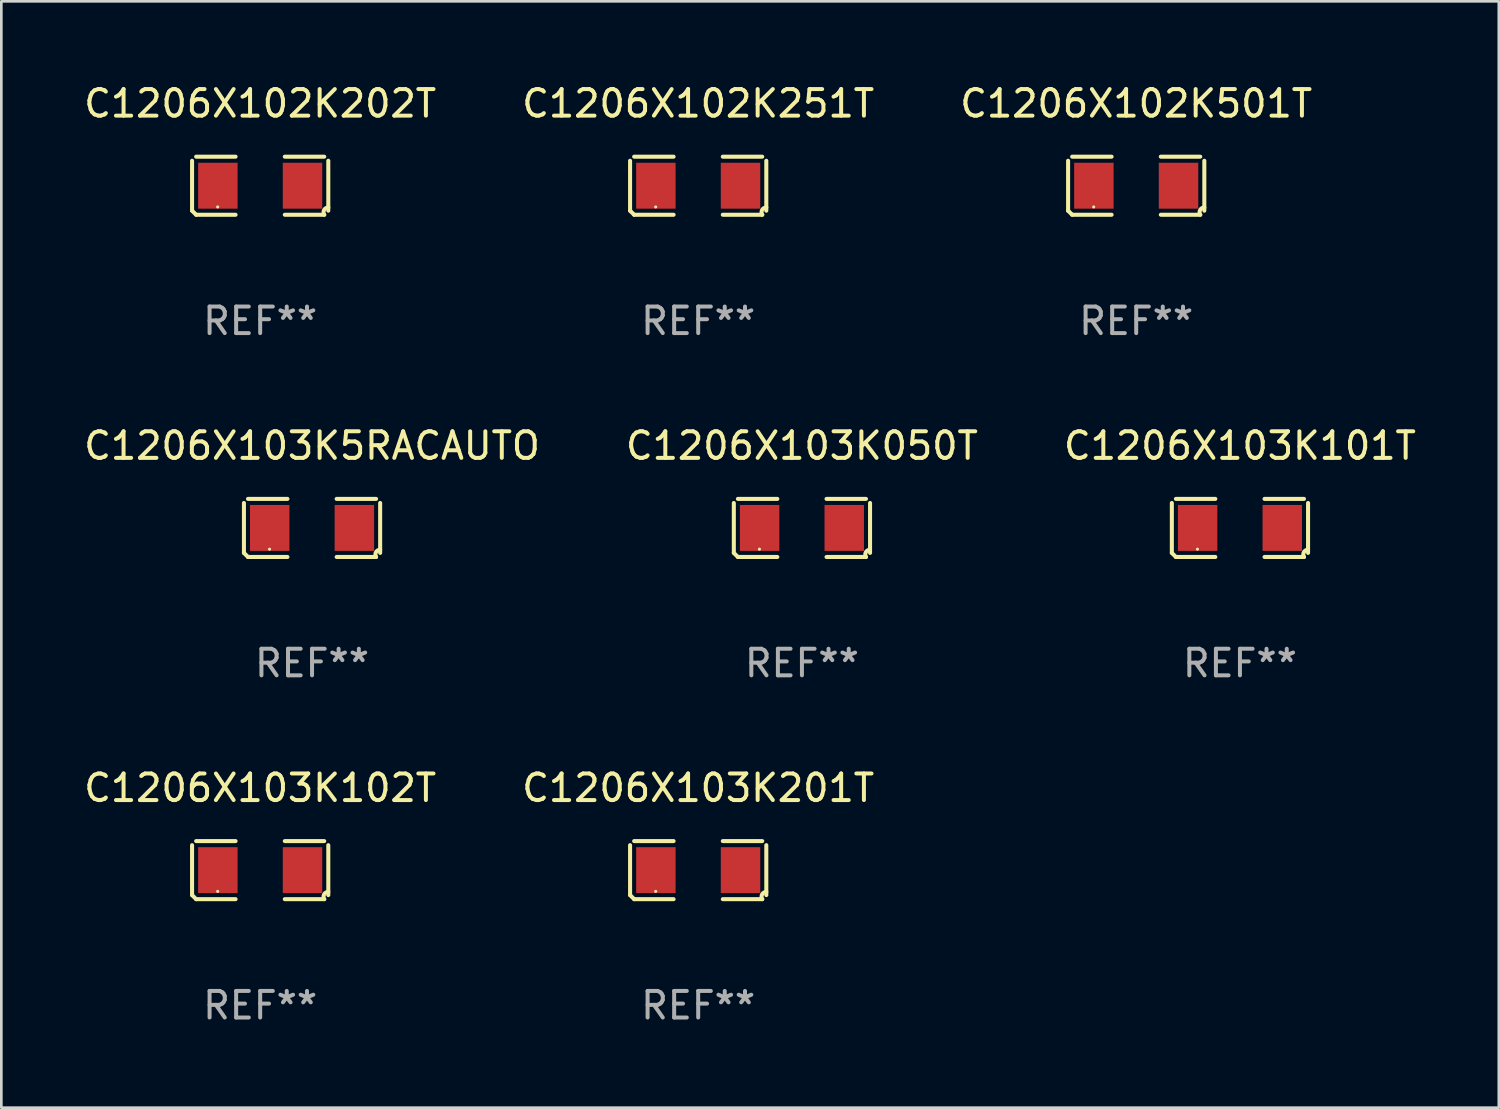
<source format=kicad_pcb>
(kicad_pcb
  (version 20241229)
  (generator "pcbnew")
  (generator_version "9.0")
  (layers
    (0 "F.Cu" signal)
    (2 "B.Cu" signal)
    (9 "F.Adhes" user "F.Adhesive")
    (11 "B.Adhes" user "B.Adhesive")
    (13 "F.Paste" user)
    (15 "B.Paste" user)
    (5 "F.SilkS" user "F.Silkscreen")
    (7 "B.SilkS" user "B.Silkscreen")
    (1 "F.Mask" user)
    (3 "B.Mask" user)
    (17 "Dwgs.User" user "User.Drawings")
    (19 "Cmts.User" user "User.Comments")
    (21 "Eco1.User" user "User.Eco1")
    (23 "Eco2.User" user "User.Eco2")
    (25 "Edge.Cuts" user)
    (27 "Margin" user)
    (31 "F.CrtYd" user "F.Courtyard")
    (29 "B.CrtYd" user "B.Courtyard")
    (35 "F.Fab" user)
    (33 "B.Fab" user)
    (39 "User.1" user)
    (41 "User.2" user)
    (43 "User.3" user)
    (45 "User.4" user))
  (footprint "C1206X103K5RACAUTO"
    (layer "F.Cu")
    (at 8.696 16.823)
    (property "Reference" "C1206X103K5RACAUTO" (at 0 -3.093 0) (layer "F.SilkS") (effects (font (size 1 1) (thickness 0.15))))
    (attr through_hole)
    (fp_line (start -2.564 0.94) (end -2.564 -0.94) (stroke (width 0.152) (type solid)) (layer "F.SilkS"))
    (fp_line (start -2.411 -1.093) (end -0.926 -1.093) (stroke (width 0.152) (type solid)) (layer "F.SilkS"))
    (fp_line (start -0.926 1.093) (end -2.411 1.093) (stroke (width 0.152) (type solid)) (layer "F.SilkS"))
    (fp_line (start 0.926 1.093) (end 2.411 1.093) (stroke (width 0.152) (type solid)) (layer "F.SilkS"))
    (fp_line (start 2.411 -1.093) (end 0.926 -1.093) (stroke (width 0.152) (type solid)) (layer "F.SilkS"))
    (fp_line (start 2.564 0.94) (end 2.564 -0.94) (stroke (width 0.152) (type solid)) (layer "F.SilkS"))
    (fp_arc (start -2.411201 1.092609) (mid -2.487413 1.01642) (end -2.563602 0.940208) (stroke (width 0.1524) (type solid)) (layer "F.SilkS"))
    (fp_arc (start 2.411201 1.092609) (mid 2.407159 0.911226) (end 2.563602 0.819347) (stroke (width 0.1524) (type solid)) (layer "F.SilkS"))
    (fp_circle (center -1.6 0.8) (end -1.57 0.8) (stroke (width 0.06) (type solid)) (fill no) (layer "F.SilkS"))
    (fp_text user "REF**" (at 0 5.093 0) (layer "F.Fab") (effects (font (size 1 1) (thickness 0.15))))
    (pad "1" smd rect (at -1.593 0) (size 1.485 1.728) (layers "F.Cu" "F.Mask" "F.Paste"))
    (pad "2" smd rect (at 1.593 0) (size 1.485 1.728) (layers "F.Cu" "F.Mask" "F.Paste")))
  (footprint "C1206X103K050T"
    (layer "F.Cu")
    (at 27.137 16.823)
    (property "Reference" "C1206X103K050T" (at 0 -3.093 0) (layer "F.SilkS") (effects (font (size 1 1) (thickness 0.15))))
    (attr through_hole)
    (fp_line (start -2.564 0.94) (end -2.564 -0.94) (stroke (width 0.152) (type solid)) (layer "F.SilkS"))
    (fp_line (start -2.411 -1.093) (end -0.926 -1.093) (stroke (width 0.152) (type solid)) (layer "F.SilkS"))
    (fp_line (start -0.926 1.093) (end -2.411 1.093) (stroke (width 0.152) (type solid)) (layer "F.SilkS"))
    (fp_line (start 0.926 1.093) (end 2.411 1.093) (stroke (width 0.152) (type solid)) (layer "F.SilkS"))
    (fp_line (start 2.411 -1.093) (end 0.926 -1.093) (stroke (width 0.152) (type solid)) (layer "F.SilkS"))
    (fp_line (start 2.564 0.94) (end 2.564 -0.94) (stroke (width 0.152) (type solid)) (layer "F.SilkS"))
    (fp_arc (start -2.411201 1.092609) (mid -2.487413 1.01642) (end -2.563602 0.940208) (stroke (width 0.1524) (type solid)) (layer "F.SilkS"))
    (fp_arc (start 2.411201 1.092609) (mid 2.407159 0.911226) (end 2.563602 0.819347) (stroke (width 0.1524) (type solid)) (layer "F.SilkS"))
    (fp_circle (center -1.6 0.8) (end -1.57 0.8) (stroke (width 0.06) (type solid)) (fill no) (layer "F.SilkS"))
    (fp_text user "REF**" (at 0 5.093 0) (layer "F.Fab") (effects (font (size 1 1) (thickness 0.15))))
    (pad "1" smd rect (at -1.593 0) (size 1.485 1.728) (layers "F.Cu" "F.Mask" "F.Paste"))
    (pad "2" smd rect (at 1.593 0) (size 1.485 1.728) (layers "F.Cu" "F.Mask" "F.Paste")))
  (footprint "C1206X102K251T"
    (layer "F.Cu")
    (at 23.232 3.941)
    (property "Reference" "C1206X102K251T" (at 0 -3.093 0) (layer "F.SilkS") (effects (font (size 1 1) (thickness 0.15))))
    (attr through_hole)
    (fp_line (start -2.564 0.94) (end -2.564 -0.94) (stroke (width 0.152) (type solid)) (layer "F.SilkS"))
    (fp_line (start -2.411 -1.093) (end -0.926 -1.093) (stroke (width 0.152) (type solid)) (layer "F.SilkS"))
    (fp_line (start -0.926 1.093) (end -2.411 1.093) (stroke (width 0.152) (type solid)) (layer "F.SilkS"))
    (fp_line (start 0.926 1.093) (end 2.411 1.093) (stroke (width 0.152) (type solid)) (layer "F.SilkS"))
    (fp_line (start 2.411 -1.093) (end 0.926 -1.093) (stroke (width 0.152) (type solid)) (layer "F.SilkS"))
    (fp_line (start 2.564 0.94) (end 2.564 -0.94) (stroke (width 0.152) (type solid)) (layer "F.SilkS"))
    (fp_arc (start -2.411201 1.092609) (mid -2.487413 1.01642) (end -2.563602 0.940208) (stroke (width 0.1524) (type solid)) (layer "F.SilkS"))
    (fp_arc (start 2.411201 1.092609) (mid 2.407159 0.911226) (end 2.563602 0.819347) (stroke (width 0.1524) (type solid)) (layer "F.SilkS"))
    (fp_circle (center -1.6 0.8) (end -1.57 0.8) (stroke (width 0.06) (type solid)) (fill no) (layer "F.SilkS"))
    (fp_text user "REF**" (at 0 5.093 0) (layer "F.Fab") (effects (font (size 1 1) (thickness 0.15))))
    (pad "1" smd rect (at -1.593 0) (size 1.485 1.728) (layers "F.Cu" "F.Mask" "F.Paste"))
    (pad "2" smd rect (at 1.593 0) (size 1.485 1.728) (layers "F.Cu" "F.Mask" "F.Paste")))
  (footprint "C1206X103K102T"
    (layer "F.Cu")
    (at 6.744 29.704)
    (property "Reference" "C1206X103K102T" (at 0 -3.093 0) (layer "F.SilkS") (effects (font (size 1 1) (thickness 0.15))))
    (attr through_hole)
    (fp_line (start -2.564 0.94) (end -2.564 -0.94) (stroke (width 0.152) (type solid)) (layer "F.SilkS"))
    (fp_line (start -2.411 -1.093) (end -0.926 -1.093) (stroke (width 0.152) (type solid)) (layer "F.SilkS"))
    (fp_line (start -0.926 1.093) (end -2.411 1.093) (stroke (width 0.152) (type solid)) (layer "F.SilkS"))
    (fp_line (start 0.926 1.093) (end 2.411 1.093) (stroke (width 0.152) (type solid)) (layer "F.SilkS"))
    (fp_line (start 2.411 -1.093) (end 0.926 -1.093) (stroke (width 0.152) (type solid)) (layer "F.SilkS"))
    (fp_line (start 2.564 0.94) (end 2.564 -0.94) (stroke (width 0.152) (type solid)) (layer "F.SilkS"))
    (fp_arc (start -2.411201 1.092609) (mid -2.487413 1.01642) (end -2.563602 0.940208) (stroke (width 0.1524) (type solid)) (layer "F.SilkS"))
    (fp_arc (start 2.411201 1.092609) (mid 2.407159 0.911226) (end 2.563602 0.819347) (stroke (width 0.1524) (type solid)) (layer "F.SilkS"))
    (fp_circle (center -1.6 0.8) (end -1.57 0.8) (stroke (width 0.06) (type solid)) (fill no) (layer "F.SilkS"))
    (fp_text user "REF**" (at 0 5.093 0) (layer "F.Fab") (effects (font (size 1 1) (thickness 0.15))))
    (pad "1" smd rect (at -1.593 0) (size 1.485 1.728) (layers "F.Cu" "F.Mask" "F.Paste"))
    (pad "2" smd rect (at 1.593 0) (size 1.485 1.728) (layers "F.Cu" "F.Mask" "F.Paste")))
  (footprint "C1206X103K201T"
    (layer "F.Cu")
    (at 23.232 29.704)
    (property "Reference" "C1206X103K201T" (at 0 -3.093 0) (layer "F.SilkS") (effects (font (size 1 1) (thickness 0.15))))
    (attr through_hole)
    (fp_line (start -2.564 0.94) (end -2.564 -0.94) (stroke (width 0.152) (type solid)) (layer "F.SilkS"))
    (fp_line (start -2.411 -1.093) (end -0.926 -1.093) (stroke (width 0.152) (type solid)) (layer "F.SilkS"))
    (fp_line (start -0.926 1.093) (end -2.411 1.093) (stroke (width 0.152) (type solid)) (layer "F.SilkS"))
    (fp_line (start 0.926 1.093) (end 2.411 1.093) (stroke (width 0.152) (type solid)) (layer "F.SilkS"))
    (fp_line (start 2.411 -1.093) (end 0.926 -1.093) (stroke (width 0.152) (type solid)) (layer "F.SilkS"))
    (fp_line (start 2.564 0.94) (end 2.564 -0.94) (stroke (width 0.152) (type solid)) (layer "F.SilkS"))
    (fp_arc (start -2.411201 1.092609) (mid -2.487413 1.01642) (end -2.563602 0.940208) (stroke (width 0.1524) (type solid)) (layer "F.SilkS"))
    (fp_arc (start 2.411201 1.092609) (mid 2.407159 0.911226) (end 2.563602 0.819347) (stroke (width 0.1524) (type solid)) (layer "F.SilkS"))
    (fp_circle (center -1.6 0.8) (end -1.57 0.8) (stroke (width 0.06) (type solid)) (fill no) (layer "F.SilkS"))
    (fp_text user "REF**" (at 0 5.093 0) (layer "F.Fab") (effects (font (size 1 1) (thickness 0.15))))
    (pad "1" smd rect (at -1.593 0) (size 1.485 1.728) (layers "F.Cu" "F.Mask" "F.Paste"))
    (pad "2" smd rect (at 1.593 0) (size 1.485 1.728) (layers "F.Cu" "F.Mask" "F.Paste")))
  (footprint "C1206X102K202T"
    (layer "F.Cu")
    (at 6.744 3.941)
    (property "Reference" "C1206X102K202T" (at 0 -3.093 0) (layer "F.SilkS") (effects (font (size 1 1) (thickness 0.15))))
    (attr through_hole)
    (fp_line (start -2.564 0.94) (end -2.564 -0.94) (stroke (width 0.152) (type solid)) (layer "F.SilkS"))
    (fp_line (start -2.411 -1.093) (end -0.926 -1.093) (stroke (width 0.152) (type solid)) (layer "F.SilkS"))
    (fp_line (start -0.926 1.093) (end -2.411 1.093) (stroke (width 0.152) (type solid)) (layer "F.SilkS"))
    (fp_line (start 0.926 1.093) (end 2.411 1.093) (stroke (width 0.152) (type solid)) (layer "F.SilkS"))
    (fp_line (start 2.411 -1.093) (end 0.926 -1.093) (stroke (width 0.152) (type solid)) (layer "F.SilkS"))
    (fp_line (start 2.564 0.94) (end 2.564 -0.94) (stroke (width 0.152) (type solid)) (layer "F.SilkS"))
    (fp_arc (start -2.411201 1.092609) (mid -2.487413 1.01642) (end -2.563602 0.940208) (stroke (width 0.1524) (type solid)) (layer "F.SilkS"))
    (fp_arc (start 2.411201 1.092609) (mid 2.407159 0.911226) (end 2.563602 0.819347) (stroke (width 0.1524) (type solid)) (layer "F.SilkS"))
    (fp_circle (center -1.6 0.8) (end -1.57 0.8) (stroke (width 0.06) (type solid)) (fill no) (layer "F.SilkS"))
    (fp_text user "REF**" (at 0 5.093 0) (layer "F.Fab") (effects (font (size 1 1) (thickness 0.15))))
    (pad "1" smd rect (at -1.593 0) (size 1.485 1.728) (layers "F.Cu" "F.Mask" "F.Paste"))
    (pad "2" smd rect (at 1.593 0) (size 1.485 1.728) (layers "F.Cu" "F.Mask" "F.Paste")))
  (footprint "C1206X102K501T"
    (layer "F.Cu")
    (at 39.72 3.941)
    (property "Reference" "C1206X102K501T" (at 0 -3.093 0) (layer "F.SilkS") (effects (font (size 1 1) (thickness 0.15))))
    (attr through_hole)
    (fp_line (start -2.564 0.94) (end -2.564 -0.94) (stroke (width 0.152) (type solid)) (layer "F.SilkS"))
    (fp_line (start -2.411 -1.093) (end -0.926 -1.093) (stroke (width 0.152) (type solid)) (layer "F.SilkS"))
    (fp_line (start -0.926 1.093) (end -2.411 1.093) (stroke (width 0.152) (type solid)) (layer "F.SilkS"))
    (fp_line (start 0.926 1.093) (end 2.411 1.093) (stroke (width 0.152) (type solid)) (layer "F.SilkS"))
    (fp_line (start 2.411 -1.093) (end 0.926 -1.093) (stroke (width 0.152) (type solid)) (layer "F.SilkS"))
    (fp_line (start 2.564 0.94) (end 2.564 -0.94) (stroke (width 0.152) (type solid)) (layer "F.SilkS"))
    (fp_arc (start -2.411201 1.092609) (mid -2.487413 1.01642) (end -2.563602 0.940208) (stroke (width 0.1524) (type solid)) (layer "F.SilkS"))
    (fp_arc (start 2.411201 1.092609) (mid 2.407159 0.911226) (end 2.563602 0.819347) (stroke (width 0.1524) (type solid)) (layer "F.SilkS"))
    (fp_circle (center -1.6 0.8) (end -1.57 0.8) (stroke (width 0.06) (type solid)) (fill no) (layer "F.SilkS"))
    (fp_text user "REF**" (at 0 5.093 0) (layer "F.Fab") (effects (font (size 1 1) (thickness 0.15))))
    (pad "1" smd rect (at -1.593 0) (size 1.485 1.728) (layers "F.Cu" "F.Mask" "F.Paste"))
    (pad "2" smd rect (at 1.593 0) (size 1.485 1.728) (layers "F.Cu" "F.Mask" "F.Paste")))
  (footprint "C1206X103K101T"
    (layer "F.Cu")
    (at 43.625 16.823)
    (property "Reference" "C1206X103K101T" (at 0 -3.093 0) (layer "F.SilkS") (effects (font (size 1 1) (thickness 0.15))))
    (attr through_hole)
    (fp_line (start -2.564 0.94) (end -2.564 -0.94) (stroke (width 0.152) (type solid)) (layer "F.SilkS"))
    (fp_line (start -2.411 -1.093) (end -0.926 -1.093) (stroke (width 0.152) (type solid)) (layer "F.SilkS"))
    (fp_line (start -0.926 1.093) (end -2.411 1.093) (stroke (width 0.152) (type solid)) (layer "F.SilkS"))
    (fp_line (start 0.926 1.093) (end 2.411 1.093) (stroke (width 0.152) (type solid)) (layer "F.SilkS"))
    (fp_line (start 2.411 -1.093) (end 0.926 -1.093) (stroke (width 0.152) (type solid)) (layer "F.SilkS"))
    (fp_line (start 2.564 0.94) (end 2.564 -0.94) (stroke (width 0.152) (type solid)) (layer "F.SilkS"))
    (fp_arc (start -2.411201 1.092609) (mid -2.487413 1.01642) (end -2.563602 0.940208) (stroke (width 0.1524) (type solid)) (layer "F.SilkS"))
    (fp_arc (start 2.411201 1.092609) (mid 2.407159 0.911226) (end 2.563602 0.819347) (stroke (width 0.1524) (type solid)) (layer "F.SilkS"))
    (fp_circle (center -1.6 0.8) (end -1.57 0.8) (stroke (width 0.06) (type solid)) (fill no) (layer "F.SilkS"))
    (fp_text user "REF**" (at 0 5.093 0) (layer "F.Fab") (effects (font (size 1 1) (thickness 0.15))))
    (pad "1" smd rect (at -1.593 0) (size 1.485 1.728) (layers "F.Cu" "F.Mask" "F.Paste"))
    (pad "2" smd rect (at 1.593 0) (size 1.485 1.728) (layers "F.Cu" "F.Mask" "F.Paste")))
  (gr_rect
    (start -3 -3)
    (end 53.369 38.645)
    (stroke (width 0.1) (type default))
    (fill no)
    (layer "Edge.Cuts")))
</source>
